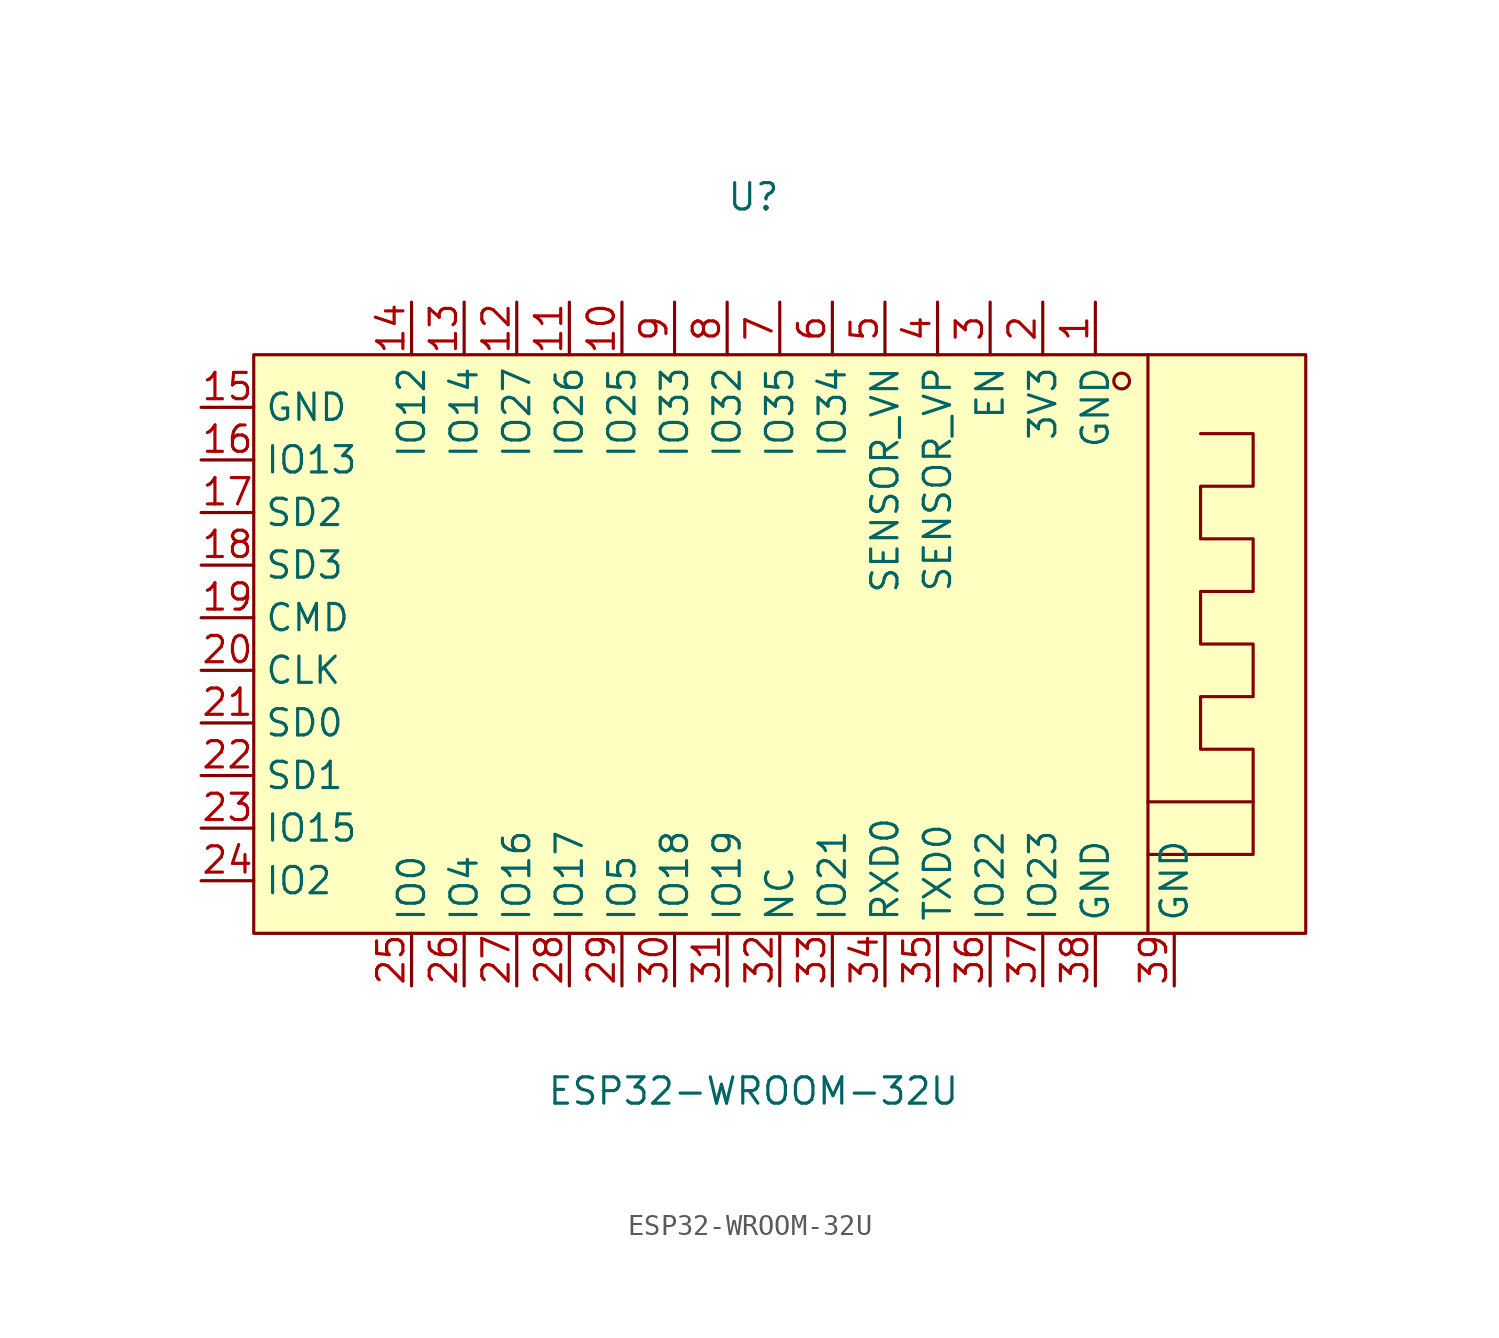
<source format=kicad_sym>
(kicad_symbol_lib
  (version 20220914)
  (generator kicad_symbol_editor)
  (symbol "ESP32-WROOM-32U"
    (property "Reference" "U"
      (at 0 21.59 0)
      (effects (font (size 1.27 1.27))))
    (property "Value" "ESP32-WROOM-32U"
      (at 0 -21.59 0)
      (effects (font (size 1.27 1.27))))
    (symbol "ESP32-WROOM-32U_0_1"
      (rectangle (start -24.13 13.97) (end 26.67 -13.97) (stroke (width 0) (type default)) (fill (type background)))
      (polyline (pts (xy 19.05 13.97) (xy 19.05 -13.97)) (stroke (width 0) (type default)) (fill (type none)))
      (polyline (pts (xy 24.13 -7.62) (xy 19.05 -7.62)) (stroke (width 0) (type default)) (fill (type none)))
      (polyline (pts (xy 21.59 10.16) (xy 24.13 10.16) (xy 24.13 7.62) (xy 21.59 7.62) (xy 21.59 5.08) (xy 24.13 5.08) (xy 24.13 2.54) (xy 21.59 2.54) (xy 21.59 0) (xy 24.13 0) (xy 24.13 -2.54) (xy 21.59 -2.54) (xy 21.59 -5.08) (xy 24.13 -5.08) (xy 24.13 -10.16) (xy 19.05 -10.16)) (stroke (width 0) (type default)) (fill (type none)))
      (circle (center 17.78 12.7) (radius 0.38) (stroke (width 0) (type default)) (fill (type none)))
      (pin unspecified line (at 16.51 16.51 270) (length 2.54) (name "GND" (effects (font (size 1.27 1.27)))) (number "1" (effects (font (size 1.27 1.27)))))
      (pin unspecified line (at -6.35 16.51 270) (length 2.54) (name "IO25" (effects (font (size 1.27 1.27)))) (number "10" (effects (font (size 1.27 1.27)))))
      (pin unspecified line (at -8.89 16.51 270) (length 2.54) (name "IO26" (effects (font (size 1.27 1.27)))) (number "11" (effects (font (size 1.27 1.27)))))
      (pin unspecified line (at -11.43 16.51 270) (length 2.54) (name "IO27" (effects (font (size 1.27 1.27)))) (number "12" (effects (font (size 1.27 1.27)))))
      (pin unspecified line (at -13.97 16.51 270) (length 2.54) (name "IO14" (effects (font (size 1.27 1.27)))) (number "13" (effects (font (size 1.27 1.27)))))
      (pin unspecified line (at -16.51 16.51 270) (length 2.54) (name "IO12" (effects (font (size 1.27 1.27)))) (number "14" (effects (font (size 1.27 1.27)))))
      (pin unspecified line (at -26.67 11.43 0) (length 2.54) (name "GND" (effects (font (size 1.27 1.27)))) (number "15" (effects (font (size 1.27 1.27)))))
      (pin unspecified line (at -26.67 8.89 0) (length 2.54) (name "IO13" (effects (font (size 1.27 1.27)))) (number "16" (effects (font (size 1.27 1.27)))))
      (pin unspecified line (at -26.67 6.35 0) (length 2.54) (name "SD2" (effects (font (size 1.27 1.27)))) (number "17" (effects (font (size 1.27 1.27)))))
      (pin unspecified line (at -26.67 3.81 0) (length 2.54) (name "SD3" (effects (font (size 1.27 1.27)))) (number "18" (effects (font (size 1.27 1.27)))))
      (pin unspecified line (at -26.67 1.27 0) (length 2.54) (name "CMD" (effects (font (size 1.27 1.27)))) (number "19" (effects (font (size 1.27 1.27)))))
      (pin unspecified line (at 13.97 16.51 270) (length 2.54) (name "3V3" (effects (font (size 1.27 1.27)))) (number "2" (effects (font (size 1.27 1.27)))))
      (pin unspecified line (at -26.67 -1.27 0) (length 2.54) (name "CLK" (effects (font (size 1.27 1.27)))) (number "20" (effects (font (size 1.27 1.27)))))
      (pin unspecified line (at -26.67 -3.81 0) (length 2.54) (name "SD0" (effects (font (size 1.27 1.27)))) (number "21" (effects (font (size 1.27 1.27)))))
      (pin unspecified line (at -26.67 -6.35 0) (length 2.54) (name "SD1" (effects (font (size 1.27 1.27)))) (number "22" (effects (font (size 1.27 1.27)))))
      (pin unspecified line (at -26.67 -8.89 0) (length 2.54) (name "IO15" (effects (font (size 1.27 1.27)))) (number "23" (effects (font (size 1.27 1.27)))))
      (pin unspecified line (at -26.67 -11.43 0) (length 2.54) (name "IO2" (effects (font (size 1.27 1.27)))) (number "24" (effects (font (size 1.27 1.27)))))
      (pin unspecified line (at -16.51 -16.51 90) (length 2.54) (name "IO0" (effects (font (size 1.27 1.27)))) (number "25" (effects (font (size 1.27 1.27)))))
      (pin unspecified line (at -13.97 -16.51 90) (length 2.54) (name "IO4" (effects (font (size 1.27 1.27)))) (number "26" (effects (font (size 1.27 1.27)))))
      (pin unspecified line (at -11.43 -16.51 90) (length 2.54) (name "IO16" (effects (font (size 1.27 1.27)))) (number "27" (effects (font (size 1.27 1.27)))))
      (pin unspecified line (at -8.89 -16.51 90) (length 2.54) (name "IO17" (effects (font (size 1.27 1.27)))) (number "28" (effects (font (size 1.27 1.27)))))
      (pin unspecified line (at -6.35 -16.51 90) (length 2.54) (name "IO5" (effects (font (size 1.27 1.27)))) (number "29" (effects (font (size 1.27 1.27)))))
      (pin unspecified line (at 11.43 16.51 270) (length 2.54) (name "EN" (effects (font (size 1.27 1.27)))) (number "3" (effects (font (size 1.27 1.27)))))
      (pin unspecified line (at -3.81 -16.51 90) (length 2.54) (name "IO18" (effects (font (size 1.27 1.27)))) (number "30" (effects (font (size 1.27 1.27)))))
      (pin unspecified line (at -1.27 -16.51 90) (length 2.54) (name "IO19" (effects (font (size 1.27 1.27)))) (number "31" (effects (font (size 1.27 1.27)))))
      (pin unspecified line (at 1.27 -16.51 90) (length 2.54) (name "NC" (effects (font (size 1.27 1.27)))) (number "32" (effects (font (size 1.27 1.27)))))
      (pin unspecified line (at 3.81 -16.51 90) (length 2.54) (name "IO21" (effects (font (size 1.27 1.27)))) (number "33" (effects (font (size 1.27 1.27)))))
      (pin unspecified line (at 6.35 -16.51 90) (length 2.54) (name "RXD0" (effects (font (size 1.27 1.27)))) (number "34" (effects (font (size 1.27 1.27)))))
      (pin unspecified line (at 8.89 -16.51 90) (length 2.54) (name "TXD0" (effects (font (size 1.27 1.27)))) (number "35" (effects (font (size 1.27 1.27)))))
      (pin unspecified line (at 11.43 -16.51 90) (length 2.54) (name "IO22" (effects (font (size 1.27 1.27)))) (number "36" (effects (font (size 1.27 1.27)))))
      (pin unspecified line (at 13.97 -16.51 90) (length 2.54) (name "IO23" (effects (font (size 1.27 1.27)))) (number "37" (effects (font (size 1.27 1.27)))))
      (pin unspecified line (at 16.51 -16.51 90) (length 2.54) (name "GND" (effects (font (size 1.27 1.27)))) (number "38" (effects (font (size 1.27 1.27)))))
      (pin unspecified line (at 20.32 -16.51 90) (length 2.54) (name "GND" (effects (font (size 1.27 1.27)))) (number "39" (effects (font (size 1.27 1.27)))))
      (pin unspecified line (at 8.89 16.51 270) (length 2.54) (name "SENSOR_VP" (effects (font (size 1.27 1.27)))) (number "4" (effects (font (size 1.27 1.27)))))
      (pin unspecified line (at 6.35 16.51 270) (length 2.54) (name "SENSOR_VN" (effects (font (size 1.27 1.27)))) (number "5" (effects (font (size 1.27 1.27)))))
      (pin unspecified line (at 3.81 16.51 270) (length 2.54) (name "IO34" (effects (font (size 1.27 1.27)))) (number "6" (effects (font (size 1.27 1.27)))))
      (pin unspecified line (at 1.27 16.51 270) (length 2.54) (name "IO35" (effects (font (size 1.27 1.27)))) (number "7" (effects (font (size 1.27 1.27)))))
      (pin unspecified line (at -1.27 16.51 270) (length 2.54) (name "IO32" (effects (font (size 1.27 1.27)))) (number "8" (effects (font (size 1.27 1.27)))))
      (pin unspecified line (at -3.81 16.51 270) (length 2.54) (name "IO33" (effects (font (size 1.27 1.27)))) (number "9" (effects (font (size 1.27 1.27))))))))
</source>
